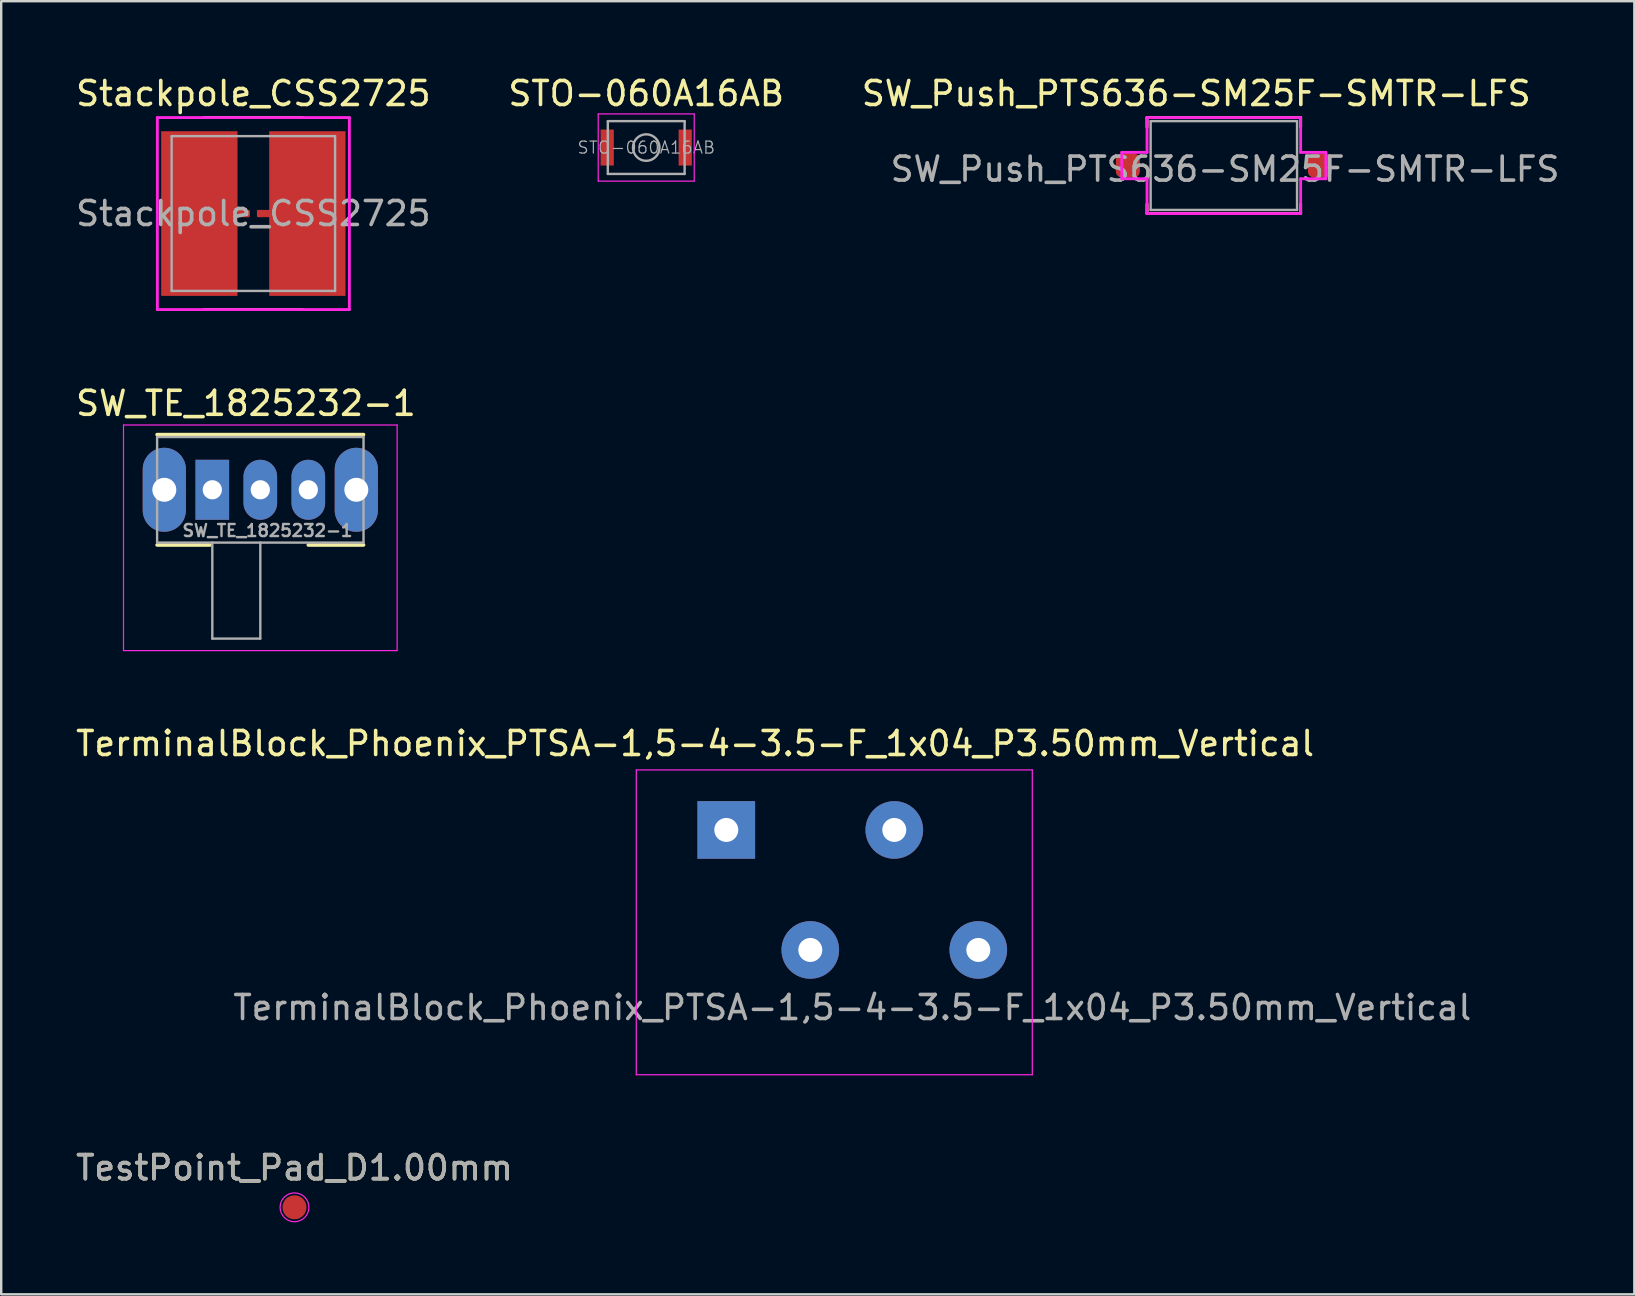
<source format=kicad_pcb>
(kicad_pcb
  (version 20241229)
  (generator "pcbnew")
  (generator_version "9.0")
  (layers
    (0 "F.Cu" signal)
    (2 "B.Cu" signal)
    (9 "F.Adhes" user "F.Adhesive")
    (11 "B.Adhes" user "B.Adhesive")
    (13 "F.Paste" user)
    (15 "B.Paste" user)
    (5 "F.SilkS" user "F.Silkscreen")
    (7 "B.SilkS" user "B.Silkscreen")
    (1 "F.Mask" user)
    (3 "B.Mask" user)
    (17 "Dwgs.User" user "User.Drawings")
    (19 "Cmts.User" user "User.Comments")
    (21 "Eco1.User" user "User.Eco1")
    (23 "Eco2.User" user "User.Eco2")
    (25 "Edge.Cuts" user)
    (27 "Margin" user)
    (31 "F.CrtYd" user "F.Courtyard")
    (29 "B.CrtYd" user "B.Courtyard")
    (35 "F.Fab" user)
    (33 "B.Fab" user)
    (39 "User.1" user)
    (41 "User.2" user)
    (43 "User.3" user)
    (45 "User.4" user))
  (footprint "SW_TE_1825232-1"
    (layer "F.Cu")
    (at 5.796 17.357)
    (property "Reference" "SW_TE_1825232-1" (at 1.4 -3.6 0) (layer "F.SilkS") (effects (font (size 1 1) (thickness 0.15))))
    (attr through_hole)
    (fp_line (start -2.3 -2.3) (end 6.3 -2.3) (stroke (width 0.15) (type solid)) (layer "F.SilkS"))
    (fp_line (start -2.3 2.3) (end -0.1 2.3) (stroke (width 0.15) (type solid)) (layer "F.SilkS"))
    (fp_line (start 4 2.3) (end 6.3 2.3) (stroke (width 0.15) (type solid)) (layer "F.SilkS"))
    (fp_line (start -3.7 -2.7) (end 7.7 -2.7) (stroke (width 0.05) (type solid)) (layer "F.CrtYd"))
    (fp_line (start -3.7 6.7) (end -3.7 -2.7) (stroke (width 0.05) (type solid)) (layer "F.CrtYd"))
    (fp_line (start 7.7 -2.7) (end 7.7 6.7) (stroke (width 0.05) (type solid)) (layer "F.CrtYd"))
    (fp_line (start 7.7 6.7) (end -3.7 6.7) (stroke (width 0.05) (type solid)) (layer "F.CrtYd"))
    (fp_line (start -2.3 -2.2) (end -2.3 2.2) (stroke (width 0.1) (type solid)) (layer "F.Fab"))
    (fp_line (start -2.3 -2.2) (end 6.3 -2.2) (stroke (width 0.1) (type solid)) (layer "F.Fab"))
    (fp_line (start -2.3 2.2) (end 6.3 2.2) (stroke (width 0.1) (type solid)) (layer "F.Fab"))
    (fp_line (start 0 6.2) (end 0 2.2) (stroke (width 0.1) (type solid)) (layer "F.Fab"))
    (fp_line (start 2 2.2) (end 2 6.2) (stroke (width 0.1) (type solid)) (layer "F.Fab"))
    (fp_line (start 2 6.2) (end 0 6.2) (stroke (width 0.1) (type solid)) (layer "F.Fab"))
    (fp_line (start 6.3 2.2) (end 6.3 -2.2) (stroke (width 0.1) (type solid)) (layer "F.Fab"))
    (fp_text user "${REFERENCE}" (at 2.3 1.7 0) (layer "F.Fab") (effects (font (size 0.5 0.5) (thickness 0.1))))
    (pad "" thru_hole oval (at -2 0) (size 1.8 3.5) (drill 1) (layers "*.Cu" "*.Mask"))
    (pad "" thru_hole oval (at 6 0) (size 1.8 3.5) (drill 1) (layers "*.Cu" "*.Mask"))
    (pad "1" thru_hole rect (at 0 0) (size 1.4 2.5) (drill 0.8) (layers "*.Cu" "*.Mask"))
    (pad "2" thru_hole oval (at 2 0) (size 1.4 2.5) (drill 0.8) (layers "*.Cu" "*.Mask"))
    (pad "3" thru_hole oval (at 4 0) (size 1.4 2.5) (drill 0.8) (layers "*.Cu" "*.Mask")))
  (footprint "TestPoint_Pad_D1.00mm"
    (layer "F.Cu")
    (at 9.22 47.253)
    (property "Reference" "TestPoint_Pad_D1.00mm" (at 0 -1.648 0) (layer "F.SilkS") (effects (font (size 1 1) (thickness 0.15))))
    (attr exclude_from_pos_files exclude_from_bom)
    (fp_circle (center 0 0) (end 0.6 0) (stroke (width 0.05) (type solid)) (fill no) (layer "F.CrtYd"))
    (fp_text user "${REFERENCE}" (at 0 -1.65 0) (layer "F.Fab") (effects (font (size 1 1) (thickness 0.15))))
    (pad "1" smd circle (at 0 0) (size 1 1) (layers "F.Cu" "F.Mask")))
  (footprint "STO-060A16AB"
    (layer "F.Cu")
    (at 23.875 3.098)
    (property "Reference" "STO-060A16AB" (at 0 -2.25 0) (layer "F.SilkS") (effects (font (size 1 1) (thickness 0.15))))
    (attr smd)
    (fp_line (start -2 -1.4) (end 2 -1.4) (stroke (width 0.05) (type solid)) (layer "F.CrtYd"))
    (fp_line (start -2 1.4) (end -2 -1.4) (stroke (width 0.05) (type solid)) (layer "F.CrtYd"))
    (fp_line (start 2 -1.4) (end 2 1.4) (stroke (width 0.05) (type solid)) (layer "F.CrtYd"))
    (fp_line (start 2 1.4) (end -2 1.4) (stroke (width 0.05) (type solid)) (layer "F.CrtYd"))
    (fp_line (start -1.6 -1.1) (end 1.6 -1.1) (stroke (width 0.1) (type solid)) (layer "F.Fab"))
    (fp_line (start -1.6 1.1) (end -1.6 -1.1) (stroke (width 0.1) (type solid)) (layer "F.Fab"))
    (fp_line (start 1.6 -1.1) (end 1.6 1.1) (stroke (width 0.1) (type solid)) (layer "F.Fab"))
    (fp_line (start 1.6 1.1) (end -1.6 1.1) (stroke (width 0.1) (type solid)) (layer "F.Fab"))
    (fp_circle (center 0 0) (end 0.55 -0.05) (stroke (width 0.1) (type solid)) (fill no) (layer "F.Fab"))
    (fp_text user "${REFERENCE}" (at 0 0 0) (layer "F.Fab") (effects (font (size 0.5 0.5) (thickness 0.05))))
    (pad "1" smd rect (at -1.625 0) (size 0.55 1.5) (layers "F.Cu" "F.Mask" "F.Paste"))
    (pad "2" smd rect (at 1.625 0 180) (size 0.55 1.5) (layers "F.Cu" "F.Mask" "F.Paste")))
  (footprint "TerminalBlock_Phoenix_PTSA-1,5-4-3.5-F_1x04_P3.50mm_Vertical"
    (layer "F.Cu")
    (at 27.211 36.53)
    (property "Reference" "TerminalBlock_Phoenix_PTSA-1,5-4-3.5-F_1x04_P3.50mm_Vertical" (at -1.3 -8.6 0) (layer "F.SilkS") (effects (font (size 1 1) (thickness 0.15))))
    (attr through_hole)
    (fp_line (start -3.75 5.2) (end -3.75 -7.5) (stroke (width 0.05) (type solid)) (layer "F.CrtYd"))
    (fp_line (start -3.75 5.2) (end 12.75 5.2) (stroke (width 0.05) (type solid)) (layer "F.CrtYd"))
    (fp_line (start 12.75 -7.5) (end -3.75 -7.5) (stroke (width 0.05) (type solid)) (layer "F.CrtYd"))
    (fp_line (start 12.75 5.2) (end 12.75 -7.5) (stroke (width 0.05) (type solid)) (layer "F.CrtYd"))
    (fp_text user "${REFERENCE}" (at 5.25 2.4 0) (layer "F.Fab") (effects (font (size 1 1) (thickness 0.15))))
    (pad "1" thru_hole rect (at 0 -5) (size 2.4 2.4) (drill 1) (layers "*.Cu" "*.Mask"))
    (pad "2" thru_hole circle (at 3.5 0) (size 2.4 2.4) (drill 1) (layers "*.Cu" "*.Mask"))
    (pad "3" thru_hole circle (at 7 -5) (size 2.4 2.4) (drill 1) (layers "*.Cu" "*.Mask"))
    (pad "4" thru_hole circle (at 10.5 0) (size 2.4 2.4) (drill 1) (layers "*.Cu" "*.Mask")))
  (footprint "Stackpole_CSS2725"
    (layer "F.Cu")
    (at 7.506 5.848)
    (property "Reference" "Stackpole_CSS2725" (at 0 -5 0) (layer "F.SilkS") (effects (font (size 1 1) (thickness 0.15))))
    (attr smd)
    (fp_poly (pts (xy -0.2 0.1) (xy -0.95 0.1) (xy -0.95 -0.1) (xy -0.2 -0.1)) (stroke (width 0.1) (type solid)) (fill yes) (layer "F.Cu"))
    (fp_poly (pts (xy 0.2 -0.1) (xy 0.95 -0.1) (xy 0.95 0.1) (xy 0.2 0.1)) (stroke (width 0.1) (type solid)) (fill yes) (layer "F.Cu"))
    (fp_line (start -2.052 -4) (end 2.052 -4) (stroke (width 0.12) (type solid)) (layer "F.SilkS"))
    (fp_line (start -2.052 4) (end 2.052 4) (stroke (width 0.12) (type solid)) (layer "F.SilkS"))
    (fp_line (start -4 -4) (end 4 -4) (stroke (width 0.12) (type solid)) (layer "F.CrtYd"))
    (fp_line (start -4 4) (end -4 -4) (stroke (width 0.12) (type solid)) (layer "F.CrtYd"))
    (fp_line (start 4 -4) (end 4 4) (stroke (width 0.12) (type solid)) (layer "F.CrtYd"))
    (fp_line (start 4 4) (end -4 4) (stroke (width 0.12) (type solid)) (layer "F.CrtYd"))
    (fp_line (start -3.405 -3.225) (end -3.405 3.225) (stroke (width 0.1) (type solid)) (layer "F.Fab"))
    (fp_line (start -3.405 -3.225) (end 3.405 -3.225) (stroke (width 0.1) (type solid)) (layer "F.Fab"))
    (fp_line (start 3.405 3.225) (end -3.405 3.225) (stroke (width 0.1) (type solid)) (layer "F.Fab"))
    (fp_line (start 3.405 3.225) (end 3.405 -3.225) (stroke (width 0.1) (type solid)) (layer "F.Fab"))
    (fp_text user "${REFERENCE}" (at 0 0 0) (layer "F.Fab") (effects (font (size 1 1) (thickness 0.15))))
    (pad "1" smd rect (at -2.25 0) (size 3.18 6.86) (layers "F.Cu" "F.Mask" "F.Paste"))
    (pad "2" smd roundrect (at -0.3 0 270) (size 0.3 0.3) (layers "F.Cu") (roundrect_rratio 0.25))
    (pad "3" smd roundrect (at 0.3 0 90) (size 0.3 0.3) (layers "F.Cu") (roundrect_rratio 0.25))
    (pad "4" smd rect (at 2.25 0 180) (size 3.18 6.86) (layers "F.Cu" "F.Mask" "F.Paste")))
  (footprint "SW_Push_PTS636-SM25F-SMTR-LFS"
    (layer "F.Cu")
    (at 47.942 3.848)
    (property "Reference" "SW_Push_PTS636-SM25F-SMTR-LFS" (at -1.15 -3 0) (layer "F.SilkS") (effects (font (size 1 1) (thickness 0.15))))
    (attr smd)
    (fp_line (start -3.2 -2) (end -3.2 -1.6) (stroke (width 0.12) (type solid)) (layer "F.SilkS"))
    (fp_line (start -3.2 -2) (end 3.2 -2) (stroke (width 0.12) (type solid)) (layer "F.SilkS"))
    (fp_line (start -3.2 2) (end -3.2 1.6) (stroke (width 0.12) (type solid)) (layer "F.SilkS"))
    (fp_line (start 3.2 -2) (end 3.2 -1.6) (stroke (width 0.12) (type solid)) (layer "F.SilkS"))
    (fp_line (start 3.2 2) (end -3.2 2) (stroke (width 0.12) (type solid)) (layer "F.SilkS"))
    (fp_line (start 3.2 2) (end 3.2 1.6) (stroke (width 0.12) (type solid)) (layer "F.SilkS"))
    (fp_line (start -4.25 -0.55) (end -3.2 -0.55) (stroke (width 0.12) (type solid)) (layer "F.CrtYd"))
    (fp_line (start -4.25 0.55) (end -4.25 -0.55) (stroke (width 0.12) (type solid)) (layer "F.CrtYd"))
    (fp_line (start -3.2 -2) (end 3.2 -2) (stroke (width 0.12) (type solid)) (layer "F.CrtYd"))
    (fp_line (start -3.2 -0.55) (end -3.2 -2) (stroke (width 0.12) (type solid)) (layer "F.CrtYd"))
    (fp_line (start -3.2 0.55) (end -4.25 0.55) (stroke (width 0.12) (type solid)) (layer "F.CrtYd"))
    (fp_line (start -3.2 2) (end -3.2 0.55) (stroke (width 0.12) (type solid)) (layer "F.CrtYd"))
    (fp_line (start 3.2 -2) (end 3.2 -0.55) (stroke (width 0.12) (type solid)) (layer "F.CrtYd"))
    (fp_line (start 3.2 -0.55) (end 4.25 -0.55) (stroke (width 0.12) (type solid)) (layer "F.CrtYd"))
    (fp_line (start 3.2 0.55) (end 3.2 2) (stroke (width 0.12) (type solid)) (layer "F.CrtYd"))
    (fp_line (start 3.2 2) (end -3.2 2) (stroke (width 0.12) (type solid)) (layer "F.CrtYd"))
    (fp_line (start 4.25 -0.55) (end 4.25 0.55) (stroke (width 0.12) (type solid)) (layer "F.CrtYd"))
    (fp_line (start 4.25 0.55) (end 3.2 0.55) (stroke (width 0.12) (type solid)) (layer "F.CrtYd"))
    (fp_line (start -3.05 -1.85) (end 3.05 -1.85) (stroke (width 0.1) (type solid)) (layer "F.Fab"))
    (fp_line (start -3.05 1.85) (end -3.05 -1.85) (stroke (width 0.1) (type solid)) (layer "F.Fab"))
    (fp_line (start 3.05 -1.85) (end 3.05 1.85) (stroke (width 0.1) (type solid)) (layer "F.Fab"))
    (fp_line (start 3.05 1.85) (end -3.05 1.85) (stroke (width 0.1) (type solid)) (layer "F.Fab"))
    (fp_text user "${REFERENCE}" (at 0.05 0.15 0) (layer "F.Fab") (effects (font (size 1 1) (thickness 0.15))))
    (pad "1" smd roundrect (at -4 0) (size 1 1) (layers "F.Cu" "F.Mask" "F.Paste") (roundrect_rratio 0.25))
    (pad "2" smd roundrect (at 4 0) (size 1 1) (layers "F.Cu" "F.Mask" "F.Paste") (roundrect_rratio 0.25)))
  (gr_rect
    (start -3 -3)
    (end 65.045 50.878)
    (stroke (width 0.1) (type default))
    (fill no)
    (layer "Edge.Cuts")))
</source>
